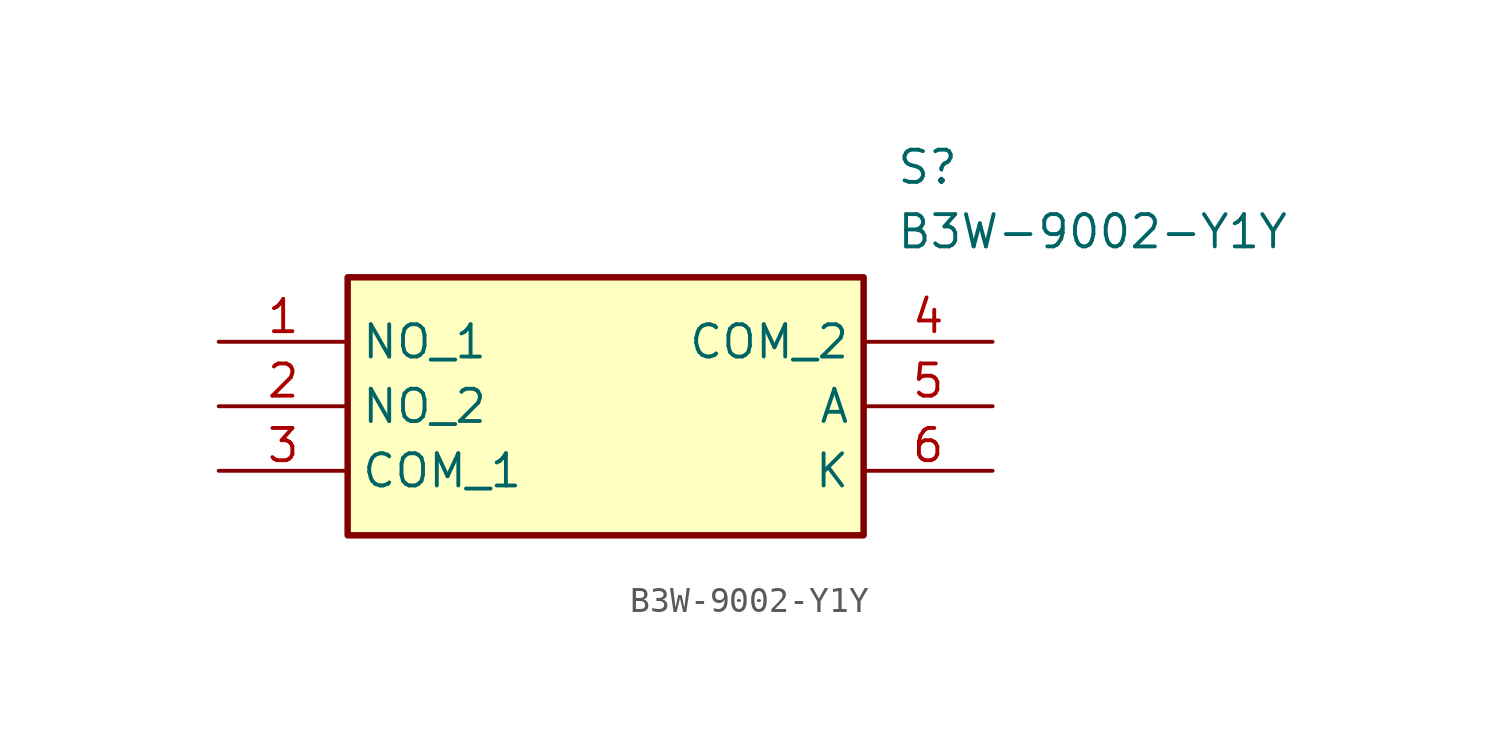
<source format=kicad_sym>
(kicad_symbol_lib
  (version 20211014)
  (generator SamacSys_ECAD_Model)
  (symbol "B3W-9002-Y1Y"
    (property "Reference" "S"
      (at 26.67 7.62 0)
      (effects (font (size 1.27 1.27)) (justify left top)))
    (property "Value" "B3W-9002-Y1Y"
      (at 26.67 5.08 0)
      (effects (font (size 1.27 1.27)) (justify left top)))
    (rectangle
      (start 5.08 2.54)
      (end 25.4 -7.62)
      (stroke (width 0.254) (type default))
      (fill (type background)))
    (pin passive line
      (at 0 0 0)
      (length 5.08)
      (name "NO_1" (effects (font (size 1.27 1.27))))
      (number "1" (effects (font (size 1.27 1.27)))))
    (pin passive line
      (at 0 -2.54 0)
      (length 5.08)
      (name "NO_2" (effects (font (size 1.27 1.27))))
      (number "2" (effects (font (size 1.27 1.27)))))
    (pin passive line
      (at 0 -5.08 0)
      (length 5.08)
      (name "COM_1" (effects (font (size 1.27 1.27))))
      (number "3" (effects (font (size 1.27 1.27)))))
    (pin passive line
      (at 30.48 0 180)
      (length 5.08)
      (name "COM_2" (effects (font (size 1.27 1.27))))
      (number "4" (effects (font (size 1.27 1.27)))))
    (pin passive line
      (at 30.48 -2.54 180)
      (length 5.08)
      (name "A" (effects (font (size 1.27 1.27))))
      (number "5" (effects (font (size 1.27 1.27)))))
    (pin passive line
      (at 30.48 -5.08 180)
      (length 5.08)
      (name "K" (effects (font (size 1.27 1.27))))
      (number "6" (effects (font (size 1.27 1.27)))))))
</source>
